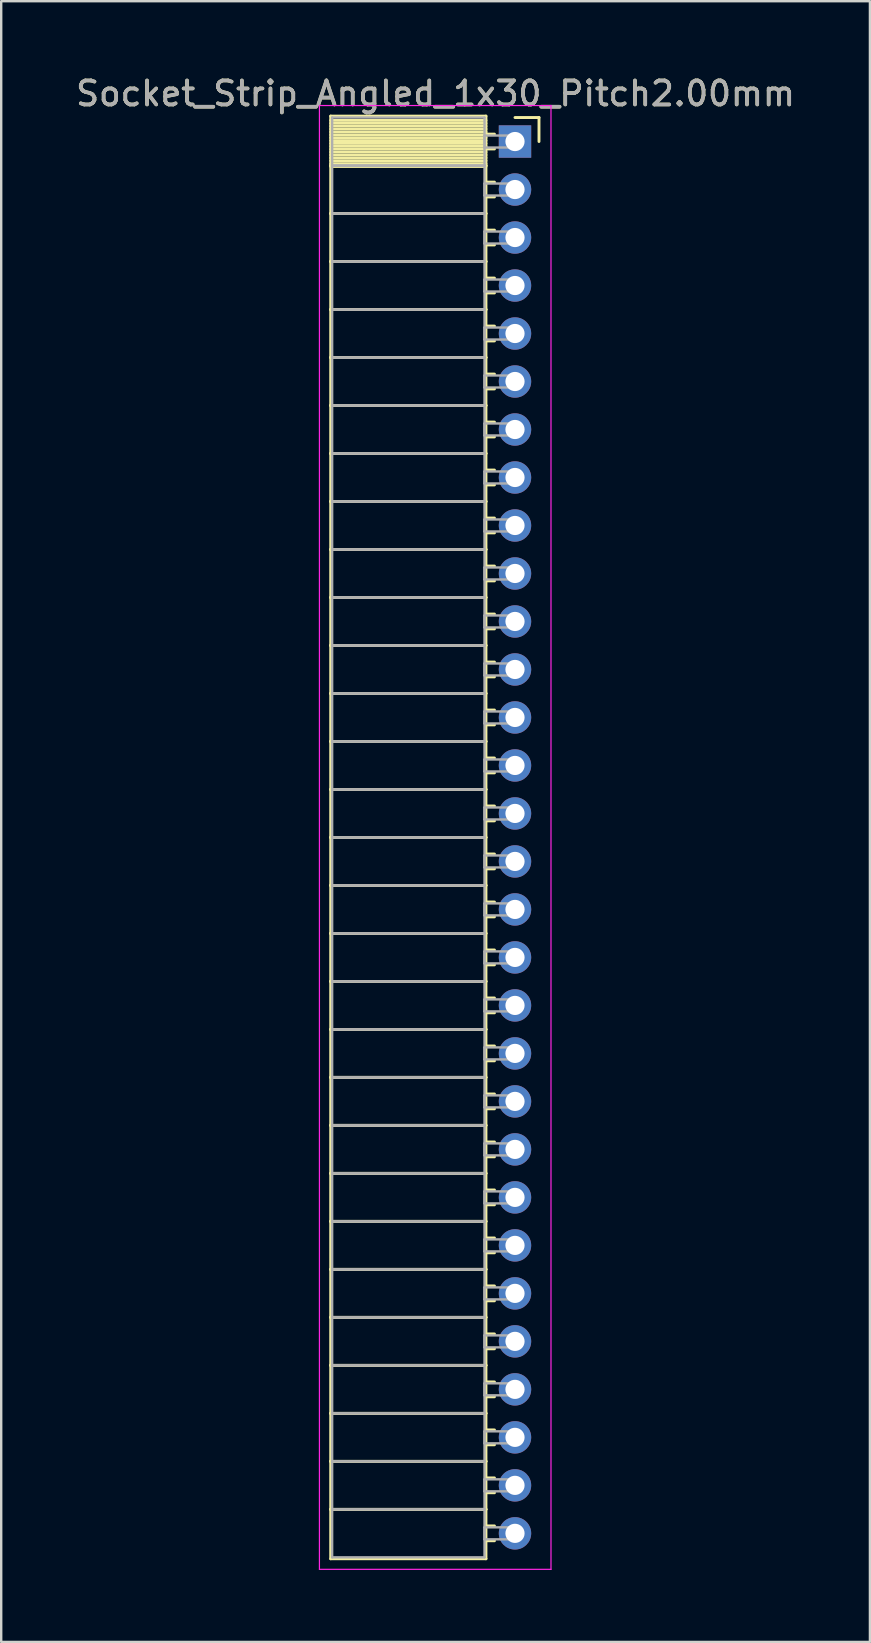
<source format=kicad_pcb>
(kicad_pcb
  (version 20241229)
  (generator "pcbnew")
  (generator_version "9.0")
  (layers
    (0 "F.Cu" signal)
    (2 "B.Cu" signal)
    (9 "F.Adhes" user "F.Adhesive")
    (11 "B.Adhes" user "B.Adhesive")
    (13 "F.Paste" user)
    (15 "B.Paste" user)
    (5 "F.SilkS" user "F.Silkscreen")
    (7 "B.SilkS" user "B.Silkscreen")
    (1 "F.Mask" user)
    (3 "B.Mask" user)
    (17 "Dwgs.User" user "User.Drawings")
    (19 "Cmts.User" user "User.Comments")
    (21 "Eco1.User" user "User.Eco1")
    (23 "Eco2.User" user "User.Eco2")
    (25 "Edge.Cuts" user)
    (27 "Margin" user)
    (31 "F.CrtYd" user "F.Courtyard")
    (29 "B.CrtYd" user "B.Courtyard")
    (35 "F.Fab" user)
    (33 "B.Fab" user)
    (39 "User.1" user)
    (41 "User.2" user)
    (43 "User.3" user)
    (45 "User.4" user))
  (footprint "Socket_Strip_Angled_1x30_Pitch2.00mm"
    (layer "F.Cu")
    (at 18.411 2.848)
    (property "Reference" "Socket_Strip_Angled_1x30_Pitch2.00mm" (at -3.31 -2 0) (layer "F.SilkS") (effects (font (size 1 1) (thickness 0.15))))
    (attr through_hole)
    (fp_line (start -7.68 -1.06) (end -1.21 -1.06) (stroke (width 0.12) (type solid)) (layer "F.SilkS"))
    (fp_line (start -7.68 1) (end -7.68 -1.06) (stroke (width 0.12) (type solid)) (layer "F.SilkS"))
    (fp_line (start -7.68 1) (end -1.21 1) (stroke (width 0.12) (type solid)) (layer "F.SilkS"))
    (fp_line (start -7.68 3) (end -7.68 1) (stroke (width 0.12) (type solid)) (layer "F.SilkS"))
    (fp_line (start -7.68 3) (end -1.21 3) (stroke (width 0.12) (type solid)) (layer "F.SilkS"))
    (fp_line (start -7.68 5) (end -7.68 3) (stroke (width 0.12) (type solid)) (layer "F.SilkS"))
    (fp_line (start -7.68 5) (end -1.21 5) (stroke (width 0.12) (type solid)) (layer "F.SilkS"))
    (fp_line (start -7.68 7) (end -7.68 5) (stroke (width 0.12) (type solid)) (layer "F.SilkS"))
    (fp_line (start -7.68 7) (end -1.21 7) (stroke (width 0.12) (type solid)) (layer "F.SilkS"))
    (fp_line (start -7.68 9) (end -7.68 7) (stroke (width 0.12) (type solid)) (layer "F.SilkS"))
    (fp_line (start -7.68 9) (end -1.21 9) (stroke (width 0.12) (type solid)) (layer "F.SilkS"))
    (fp_line (start -7.68 11) (end -7.68 9) (stroke (width 0.12) (type solid)) (layer "F.SilkS"))
    (fp_line (start -7.68 11) (end -1.21 11) (stroke (width 0.12) (type solid)) (layer "F.SilkS"))
    (fp_line (start -7.68 13) (end -7.68 11) (stroke (width 0.12) (type solid)) (layer "F.SilkS"))
    (fp_line (start -7.68 13) (end -1.21 13) (stroke (width 0.12) (type solid)) (layer "F.SilkS"))
    (fp_line (start -7.68 15) (end -7.68 13) (stroke (width 0.12) (type solid)) (layer "F.SilkS"))
    (fp_line (start -7.68 15) (end -1.21 15) (stroke (width 0.12) (type solid)) (layer "F.SilkS"))
    (fp_line (start -7.68 17) (end -7.68 15) (stroke (width 0.12) (type solid)) (layer "F.SilkS"))
    (fp_line (start -7.68 17) (end -1.21 17) (stroke (width 0.12) (type solid)) (layer "F.SilkS"))
    (fp_line (start -7.68 19) (end -7.68 17) (stroke (width 0.12) (type solid)) (layer "F.SilkS"))
    (fp_line (start -7.68 19) (end -1.21 19) (stroke (width 0.12) (type solid)) (layer "F.SilkS"))
    (fp_line (start -7.68 21) (end -7.68 19) (stroke (width 0.12) (type solid)) (layer "F.SilkS"))
    (fp_line (start -7.68 21) (end -1.21 21) (stroke (width 0.12) (type solid)) (layer "F.SilkS"))
    (fp_line (start -7.68 23) (end -7.68 21) (stroke (width 0.12) (type solid)) (layer "F.SilkS"))
    (fp_line (start -7.68 23) (end -1.21 23) (stroke (width 0.12) (type solid)) (layer "F.SilkS"))
    (fp_line (start -7.68 25) (end -7.68 23) (stroke (width 0.12) (type solid)) (layer "F.SilkS"))
    (fp_line (start -7.68 25) (end -1.21 25) (stroke (width 0.12) (type solid)) (layer "F.SilkS"))
    (fp_line (start -7.68 27) (end -7.68 25) (stroke (width 0.12) (type solid)) (layer "F.SilkS"))
    (fp_line (start -7.68 27) (end -1.21 27) (stroke (width 0.12) (type solid)) (layer "F.SilkS"))
    (fp_line (start -7.68 29) (end -7.68 27) (stroke (width 0.12) (type solid)) (layer "F.SilkS"))
    (fp_line (start -7.68 29) (end -1.21 29) (stroke (width 0.12) (type solid)) (layer "F.SilkS"))
    (fp_line (start -7.68 31) (end -7.68 29) (stroke (width 0.12) (type solid)) (layer "F.SilkS"))
    (fp_line (start -7.68 31) (end -1.21 31) (stroke (width 0.12) (type solid)) (layer "F.SilkS"))
    (fp_line (start -7.68 33) (end -7.68 31) (stroke (width 0.12) (type solid)) (layer "F.SilkS"))
    (fp_line (start -7.68 33) (end -1.21 33) (stroke (width 0.12) (type solid)) (layer "F.SilkS"))
    (fp_line (start -7.68 35) (end -7.68 33) (stroke (width 0.12) (type solid)) (layer "F.SilkS"))
    (fp_line (start -7.68 35) (end -1.21 35) (stroke (width 0.12) (type solid)) (layer "F.SilkS"))
    (fp_line (start -7.68 37) (end -7.68 35) (stroke (width 0.12) (type solid)) (layer "F.SilkS"))
    (fp_line (start -7.68 37) (end -1.21 37) (stroke (width 0.12) (type solid)) (layer "F.SilkS"))
    (fp_line (start -7.68 39) (end -7.68 37) (stroke (width 0.12) (type solid)) (layer "F.SilkS"))
    (fp_line (start -7.68 39) (end -1.21 39) (stroke (width 0.12) (type solid)) (layer "F.SilkS"))
    (fp_line (start -7.68 41) (end -7.68 39) (stroke (width 0.12) (type solid)) (layer "F.SilkS"))
    (fp_line (start -7.68 41) (end -1.21 41) (stroke (width 0.12) (type solid)) (layer "F.SilkS"))
    (fp_line (start -7.68 43) (end -7.68 41) (stroke (width 0.12) (type solid)) (layer "F.SilkS"))
    (fp_line (start -7.68 43) (end -1.21 43) (stroke (width 0.12) (type solid)) (layer "F.SilkS"))
    (fp_line (start -7.68 45) (end -7.68 43) (stroke (width 0.12) (type solid)) (layer "F.SilkS"))
    (fp_line (start -7.68 45) (end -1.21 45) (stroke (width 0.12) (type solid)) (layer "F.SilkS"))
    (fp_line (start -7.68 47) (end -7.68 45) (stroke (width 0.12) (type solid)) (layer "F.SilkS"))
    (fp_line (start -7.68 47) (end -1.21 47) (stroke (width 0.12) (type solid)) (layer "F.SilkS"))
    (fp_line (start -7.68 49) (end -7.68 47) (stroke (width 0.12) (type solid)) (layer "F.SilkS"))
    (fp_line (start -7.68 49) (end -1.21 49) (stroke (width 0.12) (type solid)) (layer "F.SilkS"))
    (fp_line (start -7.68 51) (end -7.68 49) (stroke (width 0.12) (type solid)) (layer "F.SilkS"))
    (fp_line (start -7.68 51) (end -1.21 51) (stroke (width 0.12) (type solid)) (layer "F.SilkS"))
    (fp_line (start -7.68 53) (end -7.68 51) (stroke (width 0.12) (type solid)) (layer "F.SilkS"))
    (fp_line (start -7.68 53) (end -1.21 53) (stroke (width 0.12) (type solid)) (layer "F.SilkS"))
    (fp_line (start -7.68 55) (end -7.68 53) (stroke (width 0.12) (type solid)) (layer "F.SilkS"))
    (fp_line (start -7.68 55) (end -1.21 55) (stroke (width 0.12) (type solid)) (layer "F.SilkS"))
    (fp_line (start -7.68 57) (end -7.68 55) (stroke (width 0.12) (type solid)) (layer "F.SilkS"))
    (fp_line (start -7.68 57) (end -1.21 57) (stroke (width 0.12) (type solid)) (layer "F.SilkS"))
    (fp_line (start -7.68 59.06) (end -7.68 57) (stroke (width 0.12) (type solid)) (layer "F.SilkS"))
    (fp_line (start -1.21 -1.06) (end -1.21 1) (stroke (width 0.12) (type solid)) (layer "F.SilkS"))
    (fp_line (start -1.21 -0.88) (end -7.68 -0.88) (stroke (width 0.12) (type solid)) (layer "F.SilkS"))
    (fp_line (start -1.21 -0.76) (end -7.68 -0.76) (stroke (width 0.12) (type solid)) (layer "F.SilkS"))
    (fp_line (start -1.21 -0.64) (end -7.68 -0.64) (stroke (width 0.12) (type solid)) (layer "F.SilkS"))
    (fp_line (start -1.21 -0.52) (end -7.68 -0.52) (stroke (width 0.12) (type solid)) (layer "F.SilkS"))
    (fp_line (start -1.21 -0.4) (end -7.68 -0.4) (stroke (width 0.12) (type solid)) (layer "F.SilkS"))
    (fp_line (start -1.21 -0.28) (end -7.68 -0.28) (stroke (width 0.12) (type solid)) (layer "F.SilkS"))
    (fp_line (start -1.21 -0.16) (end -7.68 -0.16) (stroke (width 0.12) (type solid)) (layer "F.SilkS"))
    (fp_line (start -1.21 -0.04) (end -7.68 -0.04) (stroke (width 0.12) (type solid)) (layer "F.SilkS"))
    (fp_line (start -1.21 0.08) (end -7.68 0.08) (stroke (width 0.12) (type solid)) (layer "F.SilkS"))
    (fp_line (start -1.21 0.2) (end -7.68 0.2) (stroke (width 0.12) (type solid)) (layer "F.SilkS"))
    (fp_line (start -1.21 0.32) (end -7.68 0.32) (stroke (width 0.12) (type solid)) (layer "F.SilkS"))
    (fp_line (start -1.21 0.44) (end -7.68 0.44) (stroke (width 0.12) (type solid)) (layer "F.SilkS"))
    (fp_line (start -1.21 0.56) (end -7.68 0.56) (stroke (width 0.12) (type solid)) (layer "F.SilkS"))
    (fp_line (start -1.21 0.68) (end -7.68 0.68) (stroke (width 0.12) (type solid)) (layer "F.SilkS"))
    (fp_line (start -1.21 0.8) (end -7.68 0.8) (stroke (width 0.12) (type solid)) (layer "F.SilkS"))
    (fp_line (start -1.21 0.92) (end -7.68 0.92) (stroke (width 0.12) (type solid)) (layer "F.SilkS"))
    (fp_line (start -1.21 1) (end -7.68 1) (stroke (width 0.12) (type solid)) (layer "F.SilkS"))
    (fp_line (start -1.21 1) (end -1.21 3) (stroke (width 0.12) (type solid)) (layer "F.SilkS"))
    (fp_line (start -1.21 1.04) (end -7.68 1.04) (stroke (width 0.12) (type solid)) (layer "F.SilkS"))
    (fp_line (start -1.21 3) (end -7.68 3) (stroke (width 0.12) (type solid)) (layer "F.SilkS"))
    (fp_line (start -1.21 3) (end -1.21 5) (stroke (width 0.12) (type solid)) (layer "F.SilkS"))
    (fp_line (start -1.21 5) (end -7.68 5) (stroke (width 0.12) (type solid)) (layer "F.SilkS"))
    (fp_line (start -1.21 5) (end -1.21 7) (stroke (width 0.12) (type solid)) (layer "F.SilkS"))
    (fp_line (start -1.21 7) (end -7.68 7) (stroke (width 0.12) (type solid)) (layer "F.SilkS"))
    (fp_line (start -1.21 7) (end -1.21 9) (stroke (width 0.12) (type solid)) (layer "F.SilkS"))
    (fp_line (start -1.21 9) (end -7.68 9) (stroke (width 0.12) (type solid)) (layer "F.SilkS"))
    (fp_line (start -1.21 9) (end -1.21 11) (stroke (width 0.12) (type solid)) (layer "F.SilkS"))
    (fp_line (start -1.21 11) (end -7.68 11) (stroke (width 0.12) (type solid)) (layer "F.SilkS"))
    (fp_line (start -1.21 11) (end -1.21 13) (stroke (width 0.12) (type solid)) (layer "F.SilkS"))
    (fp_line (start -1.21 13) (end -7.68 13) (stroke (width 0.12) (type solid)) (layer "F.SilkS"))
    (fp_line (start -1.21 13) (end -1.21 15) (stroke (width 0.12) (type solid)) (layer "F.SilkS"))
    (fp_line (start -1.21 15) (end -7.68 15) (stroke (width 0.12) (type solid)) (layer "F.SilkS"))
    (fp_line (start -1.21 15) (end -1.21 17) (stroke (width 0.12) (type solid)) (layer "F.SilkS"))
    (fp_line (start -1.21 17) (end -7.68 17) (stroke (width 0.12) (type solid)) (layer "F.SilkS"))
    (fp_line (start -1.21 17) (end -1.21 19) (stroke (width 0.12) (type solid)) (layer "F.SilkS"))
    (fp_line (start -1.21 19) (end -7.68 19) (stroke (width 0.12) (type solid)) (layer "F.SilkS"))
    (fp_line (start -1.21 19) (end -1.21 21) (stroke (width 0.12) (type solid)) (layer "F.SilkS"))
    (fp_line (start -1.21 21) (end -7.68 21) (stroke (width 0.12) (type solid)) (layer "F.SilkS"))
    (fp_line (start -1.21 21) (end -1.21 23) (stroke (width 0.12) (type solid)) (layer "F.SilkS"))
    (fp_line (start -1.21 23) (end -7.68 23) (stroke (width 0.12) (type solid)) (layer "F.SilkS"))
    (fp_line (start -1.21 23) (end -1.21 25) (stroke (width 0.12) (type solid)) (layer "F.SilkS"))
    (fp_line (start -1.21 25) (end -7.68 25) (stroke (width 0.12) (type solid)) (layer "F.SilkS"))
    (fp_line (start -1.21 25) (end -1.21 27) (stroke (width 0.12) (type solid)) (layer "F.SilkS"))
    (fp_line (start -1.21 27) (end -7.68 27) (stroke (width 0.12) (type solid)) (layer "F.SilkS"))
    (fp_line (start -1.21 27) (end -1.21 29) (stroke (width 0.12) (type solid)) (layer "F.SilkS"))
    (fp_line (start -1.21 29) (end -7.68 29) (stroke (width 0.12) (type solid)) (layer "F.SilkS"))
    (fp_line (start -1.21 29) (end -1.21 31) (stroke (width 0.12) (type solid)) (layer "F.SilkS"))
    (fp_line (start -1.21 31) (end -7.68 31) (stroke (width 0.12) (type solid)) (layer "F.SilkS"))
    (fp_line (start -1.21 31) (end -1.21 33) (stroke (width 0.12) (type solid)) (layer "F.SilkS"))
    (fp_line (start -1.21 33) (end -7.68 33) (stroke (width 0.12) (type solid)) (layer "F.SilkS"))
    (fp_line (start -1.21 33) (end -1.21 35) (stroke (width 0.12) (type solid)) (layer "F.SilkS"))
    (fp_line (start -1.21 35) (end -7.68 35) (stroke (width 0.12) (type solid)) (layer "F.SilkS"))
    (fp_line (start -1.21 35) (end -1.21 37) (stroke (width 0.12) (type solid)) (layer "F.SilkS"))
    (fp_line (start -1.21 37) (end -7.68 37) (stroke (width 0.12) (type solid)) (layer "F.SilkS"))
    (fp_line (start -1.21 37) (end -1.21 39) (stroke (width 0.12) (type solid)) (layer "F.SilkS"))
    (fp_line (start -1.21 39) (end -7.68 39) (stroke (width 0.12) (type solid)) (layer "F.SilkS"))
    (fp_line (start -1.21 39) (end -1.21 41) (stroke (width 0.12) (type solid)) (layer "F.SilkS"))
    (fp_line (start -1.21 41) (end -7.68 41) (stroke (width 0.12) (type solid)) (layer "F.SilkS"))
    (fp_line (start -1.21 41) (end -1.21 43) (stroke (width 0.12) (type solid)) (layer "F.SilkS"))
    (fp_line (start -1.21 43) (end -7.68 43) (stroke (width 0.12) (type solid)) (layer "F.SilkS"))
    (fp_line (start -1.21 43) (end -1.21 45) (stroke (width 0.12) (type solid)) (layer "F.SilkS"))
    (fp_line (start -1.21 45) (end -7.68 45) (stroke (width 0.12) (type solid)) (layer "F.SilkS"))
    (fp_line (start -1.21 45) (end -1.21 47) (stroke (width 0.12) (type solid)) (layer "F.SilkS"))
    (fp_line (start -1.21 47) (end -7.68 47) (stroke (width 0.12) (type solid)) (layer "F.SilkS"))
    (fp_line (start -1.21 47) (end -1.21 49) (stroke (width 0.12) (type solid)) (layer "F.SilkS"))
    (fp_line (start -1.21 49) (end -7.68 49) (stroke (width 0.12) (type solid)) (layer "F.SilkS"))
    (fp_line (start -1.21 49) (end -1.21 51) (stroke (width 0.12) (type solid)) (layer "F.SilkS"))
    (fp_line (start -1.21 51) (end -7.68 51) (stroke (width 0.12) (type solid)) (layer "F.SilkS"))
    (fp_line (start -1.21 51) (end -1.21 53) (stroke (width 0.12) (type solid)) (layer "F.SilkS"))
    (fp_line (start -1.21 53) (end -7.68 53) (stroke (width 0.12) (type solid)) (layer "F.SilkS"))
    (fp_line (start -1.21 53) (end -1.21 55) (stroke (width 0.12) (type solid)) (layer "F.SilkS"))
    (fp_line (start -1.21 55) (end -7.68 55) (stroke (width 0.12) (type solid)) (layer "F.SilkS"))
    (fp_line (start -1.21 55) (end -1.21 57) (stroke (width 0.12) (type solid)) (layer "F.SilkS"))
    (fp_line (start -1.21 57) (end -7.68 57) (stroke (width 0.12) (type solid)) (layer "F.SilkS"))
    (fp_line (start -1.21 57) (end -1.21 59.06) (stroke (width 0.12) (type solid)) (layer "F.SilkS"))
    (fp_line (start -1.21 59.06) (end -7.68 59.06) (stroke (width 0.12) (type solid)) (layer "F.SilkS"))
    (fp_line (start -0.855 -0.31) (end -1.21 -0.31) (stroke (width 0.12) (type solid)) (layer "F.SilkS"))
    (fp_line (start -0.855 0.31) (end -1.21 0.31) (stroke (width 0.12) (type solid)) (layer "F.SilkS"))
    (fp_line (start -0.855 1.69) (end -1.21 1.69) (stroke (width 0.12) (type solid)) (layer "F.SilkS"))
    (fp_line (start -0.855 2.31) (end -1.21 2.31) (stroke (width 0.12) (type solid)) (layer "F.SilkS"))
    (fp_line (start -0.855 3.69) (end -1.21 3.69) (stroke (width 0.12) (type solid)) (layer "F.SilkS"))
    (fp_line (start -0.855 4.31) (end -1.21 4.31) (stroke (width 0.12) (type solid)) (layer "F.SilkS"))
    (fp_line (start -0.855 5.69) (end -1.21 5.69) (stroke (width 0.12) (type solid)) (layer "F.SilkS"))
    (fp_line (start -0.855 6.31) (end -1.21 6.31) (stroke (width 0.12) (type solid)) (layer "F.SilkS"))
    (fp_line (start -0.855 7.69) (end -1.21 7.69) (stroke (width 0.12) (type solid)) (layer "F.SilkS"))
    (fp_line (start -0.855 8.31) (end -1.21 8.31) (stroke (width 0.12) (type solid)) (layer "F.SilkS"))
    (fp_line (start -0.855 9.69) (end -1.21 9.69) (stroke (width 0.12) (type solid)) (layer "F.SilkS"))
    (fp_line (start -0.855 10.31) (end -1.21 10.31) (stroke (width 0.12) (type solid)) (layer "F.SilkS"))
    (fp_line (start -0.855 11.69) (end -1.21 11.69) (stroke (width 0.12) (type solid)) (layer "F.SilkS"))
    (fp_line (start -0.855 12.31) (end -1.21 12.31) (stroke (width 0.12) (type solid)) (layer "F.SilkS"))
    (fp_line (start -0.855 13.69) (end -1.21 13.69) (stroke (width 0.12) (type solid)) (layer "F.SilkS"))
    (fp_line (start -0.855 14.31) (end -1.21 14.31) (stroke (width 0.12) (type solid)) (layer "F.SilkS"))
    (fp_line (start -0.855 15.69) (end -1.21 15.69) (stroke (width 0.12) (type solid)) (layer "F.SilkS"))
    (fp_line (start -0.855 16.31) (end -1.21 16.31) (stroke (width 0.12) (type solid)) (layer "F.SilkS"))
    (fp_line (start -0.855 17.69) (end -1.21 17.69) (stroke (width 0.12) (type solid)) (layer "F.SilkS"))
    (fp_line (start -0.855 18.31) (end -1.21 18.31) (stroke (width 0.12) (type solid)) (layer "F.SilkS"))
    (fp_line (start -0.855 19.69) (end -1.21 19.69) (stroke (width 0.12) (type solid)) (layer "F.SilkS"))
    (fp_line (start -0.855 20.31) (end -1.21 20.31) (stroke (width 0.12) (type solid)) (layer "F.SilkS"))
    (fp_line (start -0.855 21.69) (end -1.21 21.69) (stroke (width 0.12) (type solid)) (layer "F.SilkS"))
    (fp_line (start -0.855 22.31) (end -1.21 22.31) (stroke (width 0.12) (type solid)) (layer "F.SilkS"))
    (fp_line (start -0.855 23.69) (end -1.21 23.69) (stroke (width 0.12) (type solid)) (layer "F.SilkS"))
    (fp_line (start -0.855 24.31) (end -1.21 24.31) (stroke (width 0.12) (type solid)) (layer "F.SilkS"))
    (fp_line (start -0.855 25.69) (end -1.21 25.69) (stroke (width 0.12) (type solid)) (layer "F.SilkS"))
    (fp_line (start -0.855 26.31) (end -1.21 26.31) (stroke (width 0.12) (type solid)) (layer "F.SilkS"))
    (fp_line (start -0.855 27.69) (end -1.21 27.69) (stroke (width 0.12) (type solid)) (layer "F.SilkS"))
    (fp_line (start -0.855 28.31) (end -1.21 28.31) (stroke (width 0.12) (type solid)) (layer "F.SilkS"))
    (fp_line (start -0.855 29.69) (end -1.21 29.69) (stroke (width 0.12) (type solid)) (layer "F.SilkS"))
    (fp_line (start -0.855 30.31) (end -1.21 30.31) (stroke (width 0.12) (type solid)) (layer "F.SilkS"))
    (fp_line (start -0.855 31.69) (end -1.21 31.69) (stroke (width 0.12) (type solid)) (layer "F.SilkS"))
    (fp_line (start -0.855 32.31) (end -1.21 32.31) (stroke (width 0.12) (type solid)) (layer "F.SilkS"))
    (fp_line (start -0.855 33.69) (end -1.21 33.69) (stroke (width 0.12) (type solid)) (layer "F.SilkS"))
    (fp_line (start -0.855 34.31) (end -1.21 34.31) (stroke (width 0.12) (type solid)) (layer "F.SilkS"))
    (fp_line (start -0.855 35.69) (end -1.21 35.69) (stroke (width 0.12) (type solid)) (layer "F.SilkS"))
    (fp_line (start -0.855 36.31) (end -1.21 36.31) (stroke (width 0.12) (type solid)) (layer "F.SilkS"))
    (fp_line (start -0.855 37.69) (end -1.21 37.69) (stroke (width 0.12) (type solid)) (layer "F.SilkS"))
    (fp_line (start -0.855 38.31) (end -1.21 38.31) (stroke (width 0.12) (type solid)) (layer "F.SilkS"))
    (fp_line (start -0.855 39.69) (end -1.21 39.69) (stroke (width 0.12) (type solid)) (layer "F.SilkS"))
    (fp_line (start -0.855 40.31) (end -1.21 40.31) (stroke (width 0.12) (type solid)) (layer "F.SilkS"))
    (fp_line (start -0.855 41.69) (end -1.21 41.69) (stroke (width 0.12) (type solid)) (layer "F.SilkS"))
    (fp_line (start -0.855 42.31) (end -1.21 42.31) (stroke (width 0.12) (type solid)) (layer "F.SilkS"))
    (fp_line (start -0.855 43.69) (end -1.21 43.69) (stroke (width 0.12) (type solid)) (layer "F.SilkS"))
    (fp_line (start -0.855 44.31) (end -1.21 44.31) (stroke (width 0.12) (type solid)) (layer "F.SilkS"))
    (fp_line (start -0.855 45.69) (end -1.21 45.69) (stroke (width 0.12) (type solid)) (layer "F.SilkS"))
    (fp_line (start -0.855 46.31) (end -1.21 46.31) (stroke (width 0.12) (type solid)) (layer "F.SilkS"))
    (fp_line (start -0.855 47.69) (end -1.21 47.69) (stroke (width 0.12) (type solid)) (layer "F.SilkS"))
    (fp_line (start -0.855 48.31) (end -1.21 48.31) (stroke (width 0.12) (type solid)) (layer "F.SilkS"))
    (fp_line (start -0.855 49.69) (end -1.21 49.69) (stroke (width 0.12) (type solid)) (layer "F.SilkS"))
    (fp_line (start -0.855 50.31) (end -1.21 50.31) (stroke (width 0.12) (type solid)) (layer "F.SilkS"))
    (fp_line (start -0.855 51.69) (end -1.21 51.69) (stroke (width 0.12) (type solid)) (layer "F.SilkS"))
    (fp_line (start -0.855 52.31) (end -1.21 52.31) (stroke (width 0.12) (type solid)) (layer "F.SilkS"))
    (fp_line (start -0.855 53.69) (end -1.21 53.69) (stroke (width 0.12) (type solid)) (layer "F.SilkS"))
    (fp_line (start -0.855 54.31) (end -1.21 54.31) (stroke (width 0.12) (type solid)) (layer "F.SilkS"))
    (fp_line (start -0.855 55.69) (end -1.21 55.69) (stroke (width 0.12) (type solid)) (layer "F.SilkS"))
    (fp_line (start -0.855 56.31) (end -1.21 56.31) (stroke (width 0.12) (type solid)) (layer "F.SilkS"))
    (fp_line (start -0.855 57.69) (end -1.21 57.69) (stroke (width 0.12) (type solid)) (layer "F.SilkS"))
    (fp_line (start -0.855 58.31) (end -1.21 58.31) (stroke (width 0.12) (type solid)) (layer "F.SilkS"))
    (fp_line (start 0 -1) (end 1 -1) (stroke (width 0.12) (type solid)) (layer "F.SilkS"))
    (fp_line (start 1 -1) (end 1 0) (stroke (width 0.12) (type solid)) (layer "F.SilkS"))
    (fp_line (start -8.15 -1.5) (end 1.5 -1.5) (stroke (width 0.05) (type solid)) (layer "F.CrtYd"))
    (fp_line (start -8.15 59.5) (end -8.15 -1.5) (stroke (width 0.05) (type solid)) (layer "F.CrtYd"))
    (fp_line (start 1.5 -1.5) (end 1.5 59.5) (stroke (width 0.05) (type solid)) (layer "F.CrtYd"))
    (fp_line (start 1.5 59.5) (end -8.15 59.5) (stroke (width 0.05) (type solid)) (layer "F.CrtYd"))
    (fp_line (start -7.62 -1) (end -1.27 -1) (stroke (width 0.1) (type solid)) (layer "F.Fab"))
    (fp_line (start -7.62 1) (end -7.62 -1) (stroke (width 0.1) (type solid)) (layer "F.Fab"))
    (fp_line (start -7.62 1) (end -1.27 1) (stroke (width 0.1) (type solid)) (layer "F.Fab"))
    (fp_line (start -7.62 3) (end -7.62 1) (stroke (width 0.1) (type solid)) (layer "F.Fab"))
    (fp_line (start -7.62 3) (end -1.27 3) (stroke (width 0.1) (type solid)) (layer "F.Fab"))
    (fp_line (start -7.62 5) (end -7.62 3) (stroke (width 0.1) (type solid)) (layer "F.Fab"))
    (fp_line (start -7.62 5) (end -1.27 5) (stroke (width 0.1) (type solid)) (layer "F.Fab"))
    (fp_line (start -7.62 7) (end -7.62 5) (stroke (width 0.1) (type solid)) (layer "F.Fab"))
    (fp_line (start -7.62 7) (end -1.27 7) (stroke (width 0.1) (type solid)) (layer "F.Fab"))
    (fp_line (start -7.62 9) (end -7.62 7) (stroke (width 0.1) (type solid)) (layer "F.Fab"))
    (fp_line (start -7.62 9) (end -1.27 9) (stroke (width 0.1) (type solid)) (layer "F.Fab"))
    (fp_line (start -7.62 11) (end -7.62 9) (stroke (width 0.1) (type solid)) (layer "F.Fab"))
    (fp_line (start -7.62 11) (end -1.27 11) (stroke (width 0.1) (type solid)) (layer "F.Fab"))
    (fp_line (start -7.62 13) (end -7.62 11) (stroke (width 0.1) (type solid)) (layer "F.Fab"))
    (fp_line (start -7.62 13) (end -1.27 13) (stroke (width 0.1) (type solid)) (layer "F.Fab"))
    (fp_line (start -7.62 15) (end -7.62 13) (stroke (width 0.1) (type solid)) (layer "F.Fab"))
    (fp_line (start -7.62 15) (end -1.27 15) (stroke (width 0.1) (type solid)) (layer "F.Fab"))
    (fp_line (start -7.62 17) (end -7.62 15) (stroke (width 0.1) (type solid)) (layer "F.Fab"))
    (fp_line (start -7.62 17) (end -1.27 17) (stroke (width 0.1) (type solid)) (layer "F.Fab"))
    (fp_line (start -7.62 19) (end -7.62 17) (stroke (width 0.1) (type solid)) (layer "F.Fab"))
    (fp_line (start -7.62 19) (end -1.27 19) (stroke (width 0.1) (type solid)) (layer "F.Fab"))
    (fp_line (start -7.62 21) (end -7.62 19) (stroke (width 0.1) (type solid)) (layer "F.Fab"))
    (fp_line (start -7.62 21) (end -1.27 21) (stroke (width 0.1) (type solid)) (layer "F.Fab"))
    (fp_line (start -7.62 23) (end -7.62 21) (stroke (width 0.1) (type solid)) (layer "F.Fab"))
    (fp_line (start -7.62 23) (end -1.27 23) (stroke (width 0.1) (type solid)) (layer "F.Fab"))
    (fp_line (start -7.62 25) (end -7.62 23) (stroke (width 0.1) (type solid)) (layer "F.Fab"))
    (fp_line (start -7.62 25) (end -1.27 25) (stroke (width 0.1) (type solid)) (layer "F.Fab"))
    (fp_line (start -7.62 27) (end -7.62 25) (stroke (width 0.1) (type solid)) (layer "F.Fab"))
    (fp_line (start -7.62 27) (end -1.27 27) (stroke (width 0.1) (type solid)) (layer "F.Fab"))
    (fp_line (start -7.62 29) (end -7.62 27) (stroke (width 0.1) (type solid)) (layer "F.Fab"))
    (fp_line (start -7.62 29) (end -1.27 29) (stroke (width 0.1) (type solid)) (layer "F.Fab"))
    (fp_line (start -7.62 31) (end -7.62 29) (stroke (width 0.1) (type solid)) (layer "F.Fab"))
    (fp_line (start -7.62 31) (end -1.27 31) (stroke (width 0.1) (type solid)) (layer "F.Fab"))
    (fp_line (start -7.62 33) (end -7.62 31) (stroke (width 0.1) (type solid)) (layer "F.Fab"))
    (fp_line (start -7.62 33) (end -1.27 33) (stroke (width 0.1) (type solid)) (layer "F.Fab"))
    (fp_line (start -7.62 35) (end -7.62 33) (stroke (width 0.1) (type solid)) (layer "F.Fab"))
    (fp_line (start -7.62 35) (end -1.27 35) (stroke (width 0.1) (type solid)) (layer "F.Fab"))
    (fp_line (start -7.62 37) (end -7.62 35) (stroke (width 0.1) (type solid)) (layer "F.Fab"))
    (fp_line (start -7.62 37) (end -1.27 37) (stroke (width 0.1) (type solid)) (layer "F.Fab"))
    (fp_line (start -7.62 39) (end -7.62 37) (stroke (width 0.1) (type solid)) (layer "F.Fab"))
    (fp_line (start -7.62 39) (end -1.27 39) (stroke (width 0.1) (type solid)) (layer "F.Fab"))
    (fp_line (start -7.62 41) (end -7.62 39) (stroke (width 0.1) (type solid)) (layer "F.Fab"))
    (fp_line (start -7.62 41) (end -1.27 41) (stroke (width 0.1) (type solid)) (layer "F.Fab"))
    (fp_line (start -7.62 43) (end -7.62 41) (stroke (width 0.1) (type solid)) (layer "F.Fab"))
    (fp_line (start -7.62 43) (end -1.27 43) (stroke (width 0.1) (type solid)) (layer "F.Fab"))
    (fp_line (start -7.62 45) (end -7.62 43) (stroke (width 0.1) (type solid)) (layer "F.Fab"))
    (fp_line (start -7.62 45) (end -1.27 45) (stroke (width 0.1) (type solid)) (layer "F.Fab"))
    (fp_line (start -7.62 47) (end -7.62 45) (stroke (width 0.1) (type solid)) (layer "F.Fab"))
    (fp_line (start -7.62 47) (end -1.27 47) (stroke (width 0.1) (type solid)) (layer "F.Fab"))
    (fp_line (start -7.62 49) (end -7.62 47) (stroke (width 0.1) (type solid)) (layer "F.Fab"))
    (fp_line (start -7.62 49) (end -1.27 49) (stroke (width 0.1) (type solid)) (layer "F.Fab"))
    (fp_line (start -7.62 51) (end -7.62 49) (stroke (width 0.1) (type solid)) (layer "F.Fab"))
    (fp_line (start -7.62 51) (end -1.27 51) (stroke (width 0.1) (type solid)) (layer "F.Fab"))
    (fp_line (start -7.62 53) (end -7.62 51) (stroke (width 0.1) (type solid)) (layer "F.Fab"))
    (fp_line (start -7.62 53) (end -1.27 53) (stroke (width 0.1) (type solid)) (layer "F.Fab"))
    (fp_line (start -7.62 55) (end -7.62 53) (stroke (width 0.1) (type solid)) (layer "F.Fab"))
    (fp_line (start -7.62 55) (end -1.27 55) (stroke (width 0.1) (type solid)) (layer "F.Fab"))
    (fp_line (start -7.62 57) (end -7.62 55) (stroke (width 0.1) (type solid)) (layer "F.Fab"))
    (fp_line (start -7.62 57) (end -1.27 57) (stroke (width 0.1) (type solid)) (layer "F.Fab"))
    (fp_line (start -7.62 59) (end -7.62 57) (stroke (width 0.1) (type solid)) (layer "F.Fab"))
    (fp_line (start -1.27 -1) (end -1.27 1) (stroke (width 0.1) (type solid)) (layer "F.Fab"))
    (fp_line (start -1.27 -0.25) (end 0 -0.25) (stroke (width 0.1) (type solid)) (layer "F.Fab"))
    (fp_line (start -1.27 0.25) (end -1.27 -0.25) (stroke (width 0.1) (type solid)) (layer "F.Fab"))
    (fp_line (start -1.27 1) (end -7.62 1) (stroke (width 0.1) (type solid)) (layer "F.Fab"))
    (fp_line (start -1.27 1) (end -1.27 3) (stroke (width 0.1) (type solid)) (layer "F.Fab"))
    (fp_line (start -1.27 1.75) (end 0 1.75) (stroke (width 0.1) (type solid)) (layer "F.Fab"))
    (fp_line (start -1.27 2.25) (end -1.27 1.75) (stroke (width 0.1) (type solid)) (layer "F.Fab"))
    (fp_line (start -1.27 3) (end -7.62 3) (stroke (width 0.1) (type solid)) (layer "F.Fab"))
    (fp_line (start -1.27 3) (end -1.27 5) (stroke (width 0.1) (type solid)) (layer "F.Fab"))
    (fp_line (start -1.27 3.75) (end 0 3.75) (stroke (width 0.1) (type solid)) (layer "F.Fab"))
    (fp_line (start -1.27 4.25) (end -1.27 3.75) (stroke (width 0.1) (type solid)) (layer "F.Fab"))
    (fp_line (start -1.27 5) (end -7.62 5) (stroke (width 0.1) (type solid)) (layer "F.Fab"))
    (fp_line (start -1.27 5) (end -1.27 7) (stroke (width 0.1) (type solid)) (layer "F.Fab"))
    (fp_line (start -1.27 5.75) (end 0 5.75) (stroke (width 0.1) (type solid)) (layer "F.Fab"))
    (fp_line (start -1.27 6.25) (end -1.27 5.75) (stroke (width 0.1) (type solid)) (layer "F.Fab"))
    (fp_line (start -1.27 7) (end -7.62 7) (stroke (width 0.1) (type solid)) (layer "F.Fab"))
    (fp_line (start -1.27 7) (end -1.27 9) (stroke (width 0.1) (type solid)) (layer "F.Fab"))
    (fp_line (start -1.27 7.75) (end 0 7.75) (stroke (width 0.1) (type solid)) (layer "F.Fab"))
    (fp_line (start -1.27 8.25) (end -1.27 7.75) (stroke (width 0.1) (type solid)) (layer "F.Fab"))
    (fp_line (start -1.27 9) (end -7.62 9) (stroke (width 0.1) (type solid)) (layer "F.Fab"))
    (fp_line (start -1.27 9) (end -1.27 11) (stroke (width 0.1) (type solid)) (layer "F.Fab"))
    (fp_line (start -1.27 9.75) (end 0 9.75) (stroke (width 0.1) (type solid)) (layer "F.Fab"))
    (fp_line (start -1.27 10.25) (end -1.27 9.75) (stroke (width 0.1) (type solid)) (layer "F.Fab"))
    (fp_line (start -1.27 11) (end -7.62 11) (stroke (width 0.1) (type solid)) (layer "F.Fab"))
    (fp_line (start -1.27 11) (end -1.27 13) (stroke (width 0.1) (type solid)) (layer "F.Fab"))
    (fp_line (start -1.27 11.75) (end 0 11.75) (stroke (width 0.1) (type solid)) (layer "F.Fab"))
    (fp_line (start -1.27 12.25) (end -1.27 11.75) (stroke (width 0.1) (type solid)) (layer "F.Fab"))
    (fp_line (start -1.27 13) (end -7.62 13) (stroke (width 0.1) (type solid)) (layer "F.Fab"))
    (fp_line (start -1.27 13) (end -1.27 15) (stroke (width 0.1) (type solid)) (layer "F.Fab"))
    (fp_line (start -1.27 13.75) (end 0 13.75) (stroke (width 0.1) (type solid)) (layer "F.Fab"))
    (fp_line (start -1.27 14.25) (end -1.27 13.75) (stroke (width 0.1) (type solid)) (layer "F.Fab"))
    (fp_line (start -1.27 15) (end -7.62 15) (stroke (width 0.1) (type solid)) (layer "F.Fab"))
    (fp_line (start -1.27 15) (end -1.27 17) (stroke (width 0.1) (type solid)) (layer "F.Fab"))
    (fp_line (start -1.27 15.75) (end 0 15.75) (stroke (width 0.1) (type solid)) (layer "F.Fab"))
    (fp_line (start -1.27 16.25) (end -1.27 15.75) (stroke (width 0.1) (type solid)) (layer "F.Fab"))
    (fp_line (start -1.27 17) (end -7.62 17) (stroke (width 0.1) (type solid)) (layer "F.Fab"))
    (fp_line (start -1.27 17) (end -1.27 19) (stroke (width 0.1) (type solid)) (layer "F.Fab"))
    (fp_line (start -1.27 17.75) (end 0 17.75) (stroke (width 0.1) (type solid)) (layer "F.Fab"))
    (fp_line (start -1.27 18.25) (end -1.27 17.75) (stroke (width 0.1) (type solid)) (layer "F.Fab"))
    (fp_line (start -1.27 19) (end -7.62 19) (stroke (width 0.1) (type solid)) (layer "F.Fab"))
    (fp_line (start -1.27 19) (end -1.27 21) (stroke (width 0.1) (type solid)) (layer "F.Fab"))
    (fp_line (start -1.27 19.75) (end 0 19.75) (stroke (width 0.1) (type solid)) (layer "F.Fab"))
    (fp_line (start -1.27 20.25) (end -1.27 19.75) (stroke (width 0.1) (type solid)) (layer "F.Fab"))
    (fp_line (start -1.27 21) (end -7.62 21) (stroke (width 0.1) (type solid)) (layer "F.Fab"))
    (fp_line (start -1.27 21) (end -1.27 23) (stroke (width 0.1) (type solid)) (layer "F.Fab"))
    (fp_line (start -1.27 21.75) (end 0 21.75) (stroke (width 0.1) (type solid)) (layer "F.Fab"))
    (fp_line (start -1.27 22.25) (end -1.27 21.75) (stroke (width 0.1) (type solid)) (layer "F.Fab"))
    (fp_line (start -1.27 23) (end -7.62 23) (stroke (width 0.1) (type solid)) (layer "F.Fab"))
    (fp_line (start -1.27 23) (end -1.27 25) (stroke (width 0.1) (type solid)) (layer "F.Fab"))
    (fp_line (start -1.27 23.75) (end 0 23.75) (stroke (width 0.1) (type solid)) (layer "F.Fab"))
    (fp_line (start -1.27 24.25) (end -1.27 23.75) (stroke (width 0.1) (type solid)) (layer "F.Fab"))
    (fp_line (start -1.27 25) (end -7.62 25) (stroke (width 0.1) (type solid)) (layer "F.Fab"))
    (fp_line (start -1.27 25) (end -1.27 27) (stroke (width 0.1) (type solid)) (layer "F.Fab"))
    (fp_line (start -1.27 25.75) (end 0 25.75) (stroke (width 0.1) (type solid)) (layer "F.Fab"))
    (fp_line (start -1.27 26.25) (end -1.27 25.75) (stroke (width 0.1) (type solid)) (layer "F.Fab"))
    (fp_line (start -1.27 27) (end -7.62 27) (stroke (width 0.1) (type solid)) (layer "F.Fab"))
    (fp_line (start -1.27 27) (end -1.27 29) (stroke (width 0.1) (type solid)) (layer "F.Fab"))
    (fp_line (start -1.27 27.75) (end 0 27.75) (stroke (width 0.1) (type solid)) (layer "F.Fab"))
    (fp_line (start -1.27 28.25) (end -1.27 27.75) (stroke (width 0.1) (type solid)) (layer "F.Fab"))
    (fp_line (start -1.27 29) (end -7.62 29) (stroke (width 0.1) (type solid)) (layer "F.Fab"))
    (fp_line (start -1.27 29) (end -1.27 31) (stroke (width 0.1) (type solid)) (layer "F.Fab"))
    (fp_line (start -1.27 29.75) (end 0 29.75) (stroke (width 0.1) (type solid)) (layer "F.Fab"))
    (fp_line (start -1.27 30.25) (end -1.27 29.75) (stroke (width 0.1) (type solid)) (layer "F.Fab"))
    (fp_line (start -1.27 31) (end -7.62 31) (stroke (width 0.1) (type solid)) (layer "F.Fab"))
    (fp_line (start -1.27 31) (end -1.27 33) (stroke (width 0.1) (type solid)) (layer "F.Fab"))
    (fp_line (start -1.27 31.75) (end 0 31.75) (stroke (width 0.1) (type solid)) (layer "F.Fab"))
    (fp_line (start -1.27 32.25) (end -1.27 31.75) (stroke (width 0.1) (type solid)) (layer "F.Fab"))
    (fp_line (start -1.27 33) (end -7.62 33) (stroke (width 0.1) (type solid)) (layer "F.Fab"))
    (fp_line (start -1.27 33) (end -1.27 35) (stroke (width 0.1) (type solid)) (layer "F.Fab"))
    (fp_line (start -1.27 33.75) (end 0 33.75) (stroke (width 0.1) (type solid)) (layer "F.Fab"))
    (fp_line (start -1.27 34.25) (end -1.27 33.75) (stroke (width 0.1) (type solid)) (layer "F.Fab"))
    (fp_line (start -1.27 35) (end -7.62 35) (stroke (width 0.1) (type solid)) (layer "F.Fab"))
    (fp_line (start -1.27 35) (end -1.27 37) (stroke (width 0.1) (type solid)) (layer "F.Fab"))
    (fp_line (start -1.27 35.75) (end 0 35.75) (stroke (width 0.1) (type solid)) (layer "F.Fab"))
    (fp_line (start -1.27 36.25) (end -1.27 35.75) (stroke (width 0.1) (type solid)) (layer "F.Fab"))
    (fp_line (start -1.27 37) (end -7.62 37) (stroke (width 0.1) (type solid)) (layer "F.Fab"))
    (fp_line (start -1.27 37) (end -1.27 39) (stroke (width 0.1) (type solid)) (layer "F.Fab"))
    (fp_line (start -1.27 37.75) (end 0 37.75) (stroke (width 0.1) (type solid)) (layer "F.Fab"))
    (fp_line (start -1.27 38.25) (end -1.27 37.75) (stroke (width 0.1) (type solid)) (layer "F.Fab"))
    (fp_line (start -1.27 39) (end -7.62 39) (stroke (width 0.1) (type solid)) (layer "F.Fab"))
    (fp_line (start -1.27 39) (end -1.27 41) (stroke (width 0.1) (type solid)) (layer "F.Fab"))
    (fp_line (start -1.27 39.75) (end 0 39.75) (stroke (width 0.1) (type solid)) (layer "F.Fab"))
    (fp_line (start -1.27 40.25) (end -1.27 39.75) (stroke (width 0.1) (type solid)) (layer "F.Fab"))
    (fp_line (start -1.27 41) (end -7.62 41) (stroke (width 0.1) (type solid)) (layer "F.Fab"))
    (fp_line (start -1.27 41) (end -1.27 43) (stroke (width 0.1) (type solid)) (layer "F.Fab"))
    (fp_line (start -1.27 41.75) (end 0 41.75) (stroke (width 0.1) (type solid)) (layer "F.Fab"))
    (fp_line (start -1.27 42.25) (end -1.27 41.75) (stroke (width 0.1) (type solid)) (layer "F.Fab"))
    (fp_line (start -1.27 43) (end -7.62 43) (stroke (width 0.1) (type solid)) (layer "F.Fab"))
    (fp_line (start -1.27 43) (end -1.27 45) (stroke (width 0.1) (type solid)) (layer "F.Fab"))
    (fp_line (start -1.27 43.75) (end 0 43.75) (stroke (width 0.1) (type solid)) (layer "F.Fab"))
    (fp_line (start -1.27 44.25) (end -1.27 43.75) (stroke (width 0.1) (type solid)) (layer "F.Fab"))
    (fp_line (start -1.27 45) (end -7.62 45) (stroke (width 0.1) (type solid)) (layer "F.Fab"))
    (fp_line (start -1.27 45) (end -1.27 47) (stroke (width 0.1) (type solid)) (layer "F.Fab"))
    (fp_line (start -1.27 45.75) (end 0 45.75) (stroke (width 0.1) (type solid)) (layer "F.Fab"))
    (fp_line (start -1.27 46.25) (end -1.27 45.75) (stroke (width 0.1) (type solid)) (layer "F.Fab"))
    (fp_line (start -1.27 47) (end -7.62 47) (stroke (width 0.1) (type solid)) (layer "F.Fab"))
    (fp_line (start -1.27 47) (end -1.27 49) (stroke (width 0.1) (type solid)) (layer "F.Fab"))
    (fp_line (start -1.27 47.75) (end 0 47.75) (stroke (width 0.1) (type solid)) (layer "F.Fab"))
    (fp_line (start -1.27 48.25) (end -1.27 47.75) (stroke (width 0.1) (type solid)) (layer "F.Fab"))
    (fp_line (start -1.27 49) (end -7.62 49) (stroke (width 0.1) (type solid)) (layer "F.Fab"))
    (fp_line (start -1.27 49) (end -1.27 51) (stroke (width 0.1) (type solid)) (layer "F.Fab"))
    (fp_line (start -1.27 49.75) (end 0 49.75) (stroke (width 0.1) (type solid)) (layer "F.Fab"))
    (fp_line (start -1.27 50.25) (end -1.27 49.75) (stroke (width 0.1) (type solid)) (layer "F.Fab"))
    (fp_line (start -1.27 51) (end -7.62 51) (stroke (width 0.1) (type solid)) (layer "F.Fab"))
    (fp_line (start -1.27 51) (end -1.27 53) (stroke (width 0.1) (type solid)) (layer "F.Fab"))
    (fp_line (start -1.27 51.75) (end 0 51.75) (stroke (width 0.1) (type solid)) (layer "F.Fab"))
    (fp_line (start -1.27 52.25) (end -1.27 51.75) (stroke (width 0.1) (type solid)) (layer "F.Fab"))
    (fp_line (start -1.27 53) (end -7.62 53) (stroke (width 0.1) (type solid)) (layer "F.Fab"))
    (fp_line (start -1.27 53) (end -1.27 55) (stroke (width 0.1) (type solid)) (layer "F.Fab"))
    (fp_line (start -1.27 53.75) (end 0 53.75) (stroke (width 0.1) (type solid)) (layer "F.Fab"))
    (fp_line (start -1.27 54.25) (end -1.27 53.75) (stroke (width 0.1) (type solid)) (layer "F.Fab"))
    (fp_line (start -1.27 55) (end -7.62 55) (stroke (width 0.1) (type solid)) (layer "F.Fab"))
    (fp_line (start -1.27 55) (end -1.27 57) (stroke (width 0.1) (type solid)) (layer "F.Fab"))
    (fp_line (start -1.27 55.75) (end 0 55.75) (stroke (width 0.1) (type solid)) (layer "F.Fab"))
    (fp_line (start -1.27 56.25) (end -1.27 55.75) (stroke (width 0.1) (type solid)) (layer "F.Fab"))
    (fp_line (start -1.27 57) (end -7.62 57) (stroke (width 0.1) (type solid)) (layer "F.Fab"))
    (fp_line (start -1.27 57) (end -1.27 59) (stroke (width 0.1) (type solid)) (layer "F.Fab"))
    (fp_line (start -1.27 57.75) (end 0 57.75) (stroke (width 0.1) (type solid)) (layer "F.Fab"))
    (fp_line (start -1.27 58.25) (end -1.27 57.75) (stroke (width 0.1) (type solid)) (layer "F.Fab"))
    (fp_line (start -1.27 59) (end -7.62 59) (stroke (width 0.1) (type solid)) (layer "F.Fab"))
    (fp_line (start 0 -0.25) (end 0 0.25) (stroke (width 0.1) (type solid)) (layer "F.Fab"))
    (fp_line (start 0 0.25) (end -1.27 0.25) (stroke (width 0.1) (type solid)) (layer "F.Fab"))
    (fp_line (start 0 1.75) (end 0 2.25) (stroke (width 0.1) (type solid)) (layer "F.Fab"))
    (fp_line (start 0 2.25) (end -1.27 2.25) (stroke (width 0.1) (type solid)) (layer "F.Fab"))
    (fp_line (start 0 3.75) (end 0 4.25) (stroke (width 0.1) (type solid)) (layer "F.Fab"))
    (fp_line (start 0 4.25) (end -1.27 4.25) (stroke (width 0.1) (type solid)) (layer "F.Fab"))
    (fp_line (start 0 5.75) (end 0 6.25) (stroke (width 0.1) (type solid)) (layer "F.Fab"))
    (fp_line (start 0 6.25) (end -1.27 6.25) (stroke (width 0.1) (type solid)) (layer "F.Fab"))
    (fp_line (start 0 7.75) (end 0 8.25) (stroke (width 0.1) (type solid)) (layer "F.Fab"))
    (fp_line (start 0 8.25) (end -1.27 8.25) (stroke (width 0.1) (type solid)) (layer "F.Fab"))
    (fp_line (start 0 9.75) (end 0 10.25) (stroke (width 0.1) (type solid)) (layer "F.Fab"))
    (fp_line (start 0 10.25) (end -1.27 10.25) (stroke (width 0.1) (type solid)) (layer "F.Fab"))
    (fp_line (start 0 11.75) (end 0 12.25) (stroke (width 0.1) (type solid)) (layer "F.Fab"))
    (fp_line (start 0 12.25) (end -1.27 12.25) (stroke (width 0.1) (type solid)) (layer "F.Fab"))
    (fp_line (start 0 13.75) (end 0 14.25) (stroke (width 0.1) (type solid)) (layer "F.Fab"))
    (fp_line (start 0 14.25) (end -1.27 14.25) (stroke (width 0.1) (type solid)) (layer "F.Fab"))
    (fp_line (start 0 15.75) (end 0 16.25) (stroke (width 0.1) (type solid)) (layer "F.Fab"))
    (fp_line (start 0 16.25) (end -1.27 16.25) (stroke (width 0.1) (type solid)) (layer "F.Fab"))
    (fp_line (start 0 17.75) (end 0 18.25) (stroke (width 0.1) (type solid)) (layer "F.Fab"))
    (fp_line (start 0 18.25) (end -1.27 18.25) (stroke (width 0.1) (type solid)) (layer "F.Fab"))
    (fp_line (start 0 19.75) (end 0 20.25) (stroke (width 0.1) (type solid)) (layer "F.Fab"))
    (fp_line (start 0 20.25) (end -1.27 20.25) (stroke (width 0.1) (type solid)) (layer "F.Fab"))
    (fp_line (start 0 21.75) (end 0 22.25) (stroke (width 0.1) (type solid)) (layer "F.Fab"))
    (fp_line (start 0 22.25) (end -1.27 22.25) (stroke (width 0.1) (type solid)) (layer "F.Fab"))
    (fp_line (start 0 23.75) (end 0 24.25) (stroke (width 0.1) (type solid)) (layer "F.Fab"))
    (fp_line (start 0 24.25) (end -1.27 24.25) (stroke (width 0.1) (type solid)) (layer "F.Fab"))
    (fp_line (start 0 25.75) (end 0 26.25) (stroke (width 0.1) (type solid)) (layer "F.Fab"))
    (fp_line (start 0 26.25) (end -1.27 26.25) (stroke (width 0.1) (type solid)) (layer "F.Fab"))
    (fp_line (start 0 27.75) (end 0 28.25) (stroke (width 0.1) (type solid)) (layer "F.Fab"))
    (fp_line (start 0 28.25) (end -1.27 28.25) (stroke (width 0.1) (type solid)) (layer "F.Fab"))
    (fp_line (start 0 29.75) (end 0 30.25) (stroke (width 0.1) (type solid)) (layer "F.Fab"))
    (fp_line (start 0 30.25) (end -1.27 30.25) (stroke (width 0.1) (type solid)) (layer "F.Fab"))
    (fp_line (start 0 31.75) (end 0 32.25) (stroke (width 0.1) (type solid)) (layer "F.Fab"))
    (fp_line (start 0 32.25) (end -1.27 32.25) (stroke (width 0.1) (type solid)) (layer "F.Fab"))
    (fp_line (start 0 33.75) (end 0 34.25) (stroke (width 0.1) (type solid)) (layer "F.Fab"))
    (fp_line (start 0 34.25) (end -1.27 34.25) (stroke (width 0.1) (type solid)) (layer "F.Fab"))
    (fp_line (start 0 35.75) (end 0 36.25) (stroke (width 0.1) (type solid)) (layer "F.Fab"))
    (fp_line (start 0 36.25) (end -1.27 36.25) (stroke (width 0.1) (type solid)) (layer "F.Fab"))
    (fp_line (start 0 37.75) (end 0 38.25) (stroke (width 0.1) (type solid)) (layer "F.Fab"))
    (fp_line (start 0 38.25) (end -1.27 38.25) (stroke (width 0.1) (type solid)) (layer "F.Fab"))
    (fp_line (start 0 39.75) (end 0 40.25) (stroke (width 0.1) (type solid)) (layer "F.Fab"))
    (fp_line (start 0 40.25) (end -1.27 40.25) (stroke (width 0.1) (type solid)) (layer "F.Fab"))
    (fp_line (start 0 41.75) (end 0 42.25) (stroke (width 0.1) (type solid)) (layer "F.Fab"))
    (fp_line (start 0 42.25) (end -1.27 42.25) (stroke (width 0.1) (type solid)) (layer "F.Fab"))
    (fp_line (start 0 43.75) (end 0 44.25) (stroke (width 0.1) (type solid)) (layer "F.Fab"))
    (fp_line (start 0 44.25) (end -1.27 44.25) (stroke (width 0.1) (type solid)) (layer "F.Fab"))
    (fp_line (start 0 45.75) (end 0 46.25) (stroke (width 0.1) (type solid)) (layer "F.Fab"))
    (fp_line (start 0 46.25) (end -1.27 46.25) (stroke (width 0.1) (type solid)) (layer "F.Fab"))
    (fp_line (start 0 47.75) (end 0 48.25) (stroke (width 0.1) (type solid)) (layer "F.Fab"))
    (fp_line (start 0 48.25) (end -1.27 48.25) (stroke (width 0.1) (type solid)) (layer "F.Fab"))
    (fp_line (start 0 49.75) (end 0 50.25) (stroke (width 0.1) (type solid)) (layer "F.Fab"))
    (fp_line (start 0 50.25) (end -1.27 50.25) (stroke (width 0.1) (type solid)) (layer "F.Fab"))
    (fp_line (start 0 51.75) (end 0 52.25) (stroke (width 0.1) (type solid)) (layer "F.Fab"))
    (fp_line (start 0 52.25) (end -1.27 52.25) (stroke (width 0.1) (type solid)) (layer "F.Fab"))
    (fp_line (start 0 53.75) (end 0 54.25) (stroke (width 0.1) (type solid)) (layer "F.Fab"))
    (fp_line (start 0 54.25) (end -1.27 54.25) (stroke (width 0.1) (type solid)) (layer "F.Fab"))
    (fp_line (start 0 55.75) (end 0 56.25) (stroke (width 0.1) (type solid)) (layer "F.Fab"))
    (fp_line (start 0 56.25) (end -1.27 56.25) (stroke (width 0.1) (type solid)) (layer "F.Fab"))
    (fp_line (start 0 57.75) (end 0 58.25) (stroke (width 0.1) (type solid)) (layer "F.Fab"))
    (fp_line (start 0 58.25) (end -1.27 58.25) (stroke (width 0.1) (type solid)) (layer "F.Fab"))
    (fp_text user "${REFERENCE}" (at -3.31 -2 0) (layer "F.Fab") (effects (font (size 1 1) (thickness 0.15))))
    (pad "1" thru_hole rect (at 0 0) (size 1.35 1.35) (drill 0.8) (layers "*.Cu" "*.Mask"))
    (pad "2" thru_hole oval (at 0 2) (size 1.35 1.35) (drill 0.8) (layers "*.Cu" "*.Mask"))
    (pad "3" thru_hole oval (at 0 4) (size 1.35 1.35) (drill 0.8) (layers "*.Cu" "*.Mask"))
    (pad "4" thru_hole oval (at 0 6) (size 1.35 1.35) (drill 0.8) (layers "*.Cu" "*.Mask"))
    (pad "5" thru_hole oval (at 0 8) (size 1.35 1.35) (drill 0.8) (layers "*.Cu" "*.Mask"))
    (pad "6" thru_hole oval (at 0 10) (size 1.35 1.35) (drill 0.8) (layers "*.Cu" "*.Mask"))
    (pad "7" thru_hole oval (at 0 12) (size 1.35 1.35) (drill 0.8) (layers "*.Cu" "*.Mask"))
    (pad "8" thru_hole oval (at 0 14) (size 1.35 1.35) (drill 0.8) (layers "*.Cu" "*.Mask"))
    (pad "9" thru_hole oval (at 0 16) (size 1.35 1.35) (drill 0.8) (layers "*.Cu" "*.Mask"))
    (pad "10" thru_hole oval (at 0 18) (size 1.35 1.35) (drill 0.8) (layers "*.Cu" "*.Mask"))
    (pad "11" thru_hole oval (at 0 20) (size 1.35 1.35) (drill 0.8) (layers "*.Cu" "*.Mask"))
    (pad "12" thru_hole oval (at 0 22) (size 1.35 1.35) (drill 0.8) (layers "*.Cu" "*.Mask"))
    (pad "13" thru_hole oval (at 0 24) (size 1.35 1.35) (drill 0.8) (layers "*.Cu" "*.Mask"))
    (pad "14" thru_hole oval (at 0 26) (size 1.35 1.35) (drill 0.8) (layers "*.Cu" "*.Mask"))
    (pad "15" thru_hole oval (at 0 28) (size 1.35 1.35) (drill 0.8) (layers "*.Cu" "*.Mask"))
    (pad "16" thru_hole oval (at 0 30) (size 1.35 1.35) (drill 0.8) (layers "*.Cu" "*.Mask"))
    (pad "17" thru_hole oval (at 0 32) (size 1.35 1.35) (drill 0.8) (layers "*.Cu" "*.Mask"))
    (pad "18" thru_hole oval (at 0 34) (size 1.35 1.35) (drill 0.8) (layers "*.Cu" "*.Mask"))
    (pad "19" thru_hole oval (at 0 36) (size 1.35 1.35) (drill 0.8) (layers "*.Cu" "*.Mask"))
    (pad "20" thru_hole oval (at 0 38) (size 1.35 1.35) (drill 0.8) (layers "*.Cu" "*.Mask"))
    (pad "21" thru_hole oval (at 0 40) (size 1.35 1.35) (drill 0.8) (layers "*.Cu" "*.Mask"))
    (pad "22" thru_hole oval (at 0 42) (size 1.35 1.35) (drill 0.8) (layers "*.Cu" "*.Mask"))
    (pad "23" thru_hole oval (at 0 44) (size 1.35 1.35) (drill 0.8) (layers "*.Cu" "*.Mask"))
    (pad "24" thru_hole oval (at 0 46) (size 1.35 1.35) (drill 0.8) (layers "*.Cu" "*.Mask"))
    (pad "25" thru_hole oval (at 0 48) (size 1.35 1.35) (drill 0.8) (layers "*.Cu" "*.Mask"))
    (pad "26" thru_hole oval (at 0 50) (size 1.35 1.35) (drill 0.8) (layers "*.Cu" "*.Mask"))
    (pad "27" thru_hole oval (at 0 52) (size 1.35 1.35) (drill 0.8) (layers "*.Cu" "*.Mask"))
    (pad "28" thru_hole oval (at 0 54) (size 1.35 1.35) (drill 0.8) (layers "*.Cu" "*.Mask"))
    (pad "29" thru_hole oval (at 0 56) (size 1.35 1.35) (drill 0.8) (layers "*.Cu" "*.Mask"))
    (pad "30" thru_hole oval (at 0 58) (size 1.35 1.35) (drill 0.8) (layers "*.Cu" "*.Mask")))
  (gr_rect
    (start -3 -3)
    (end 33.202 65.373)
    (stroke (width 0.1) (type default))
    (fill no)
    (layer "Edge.Cuts")))
</source>
